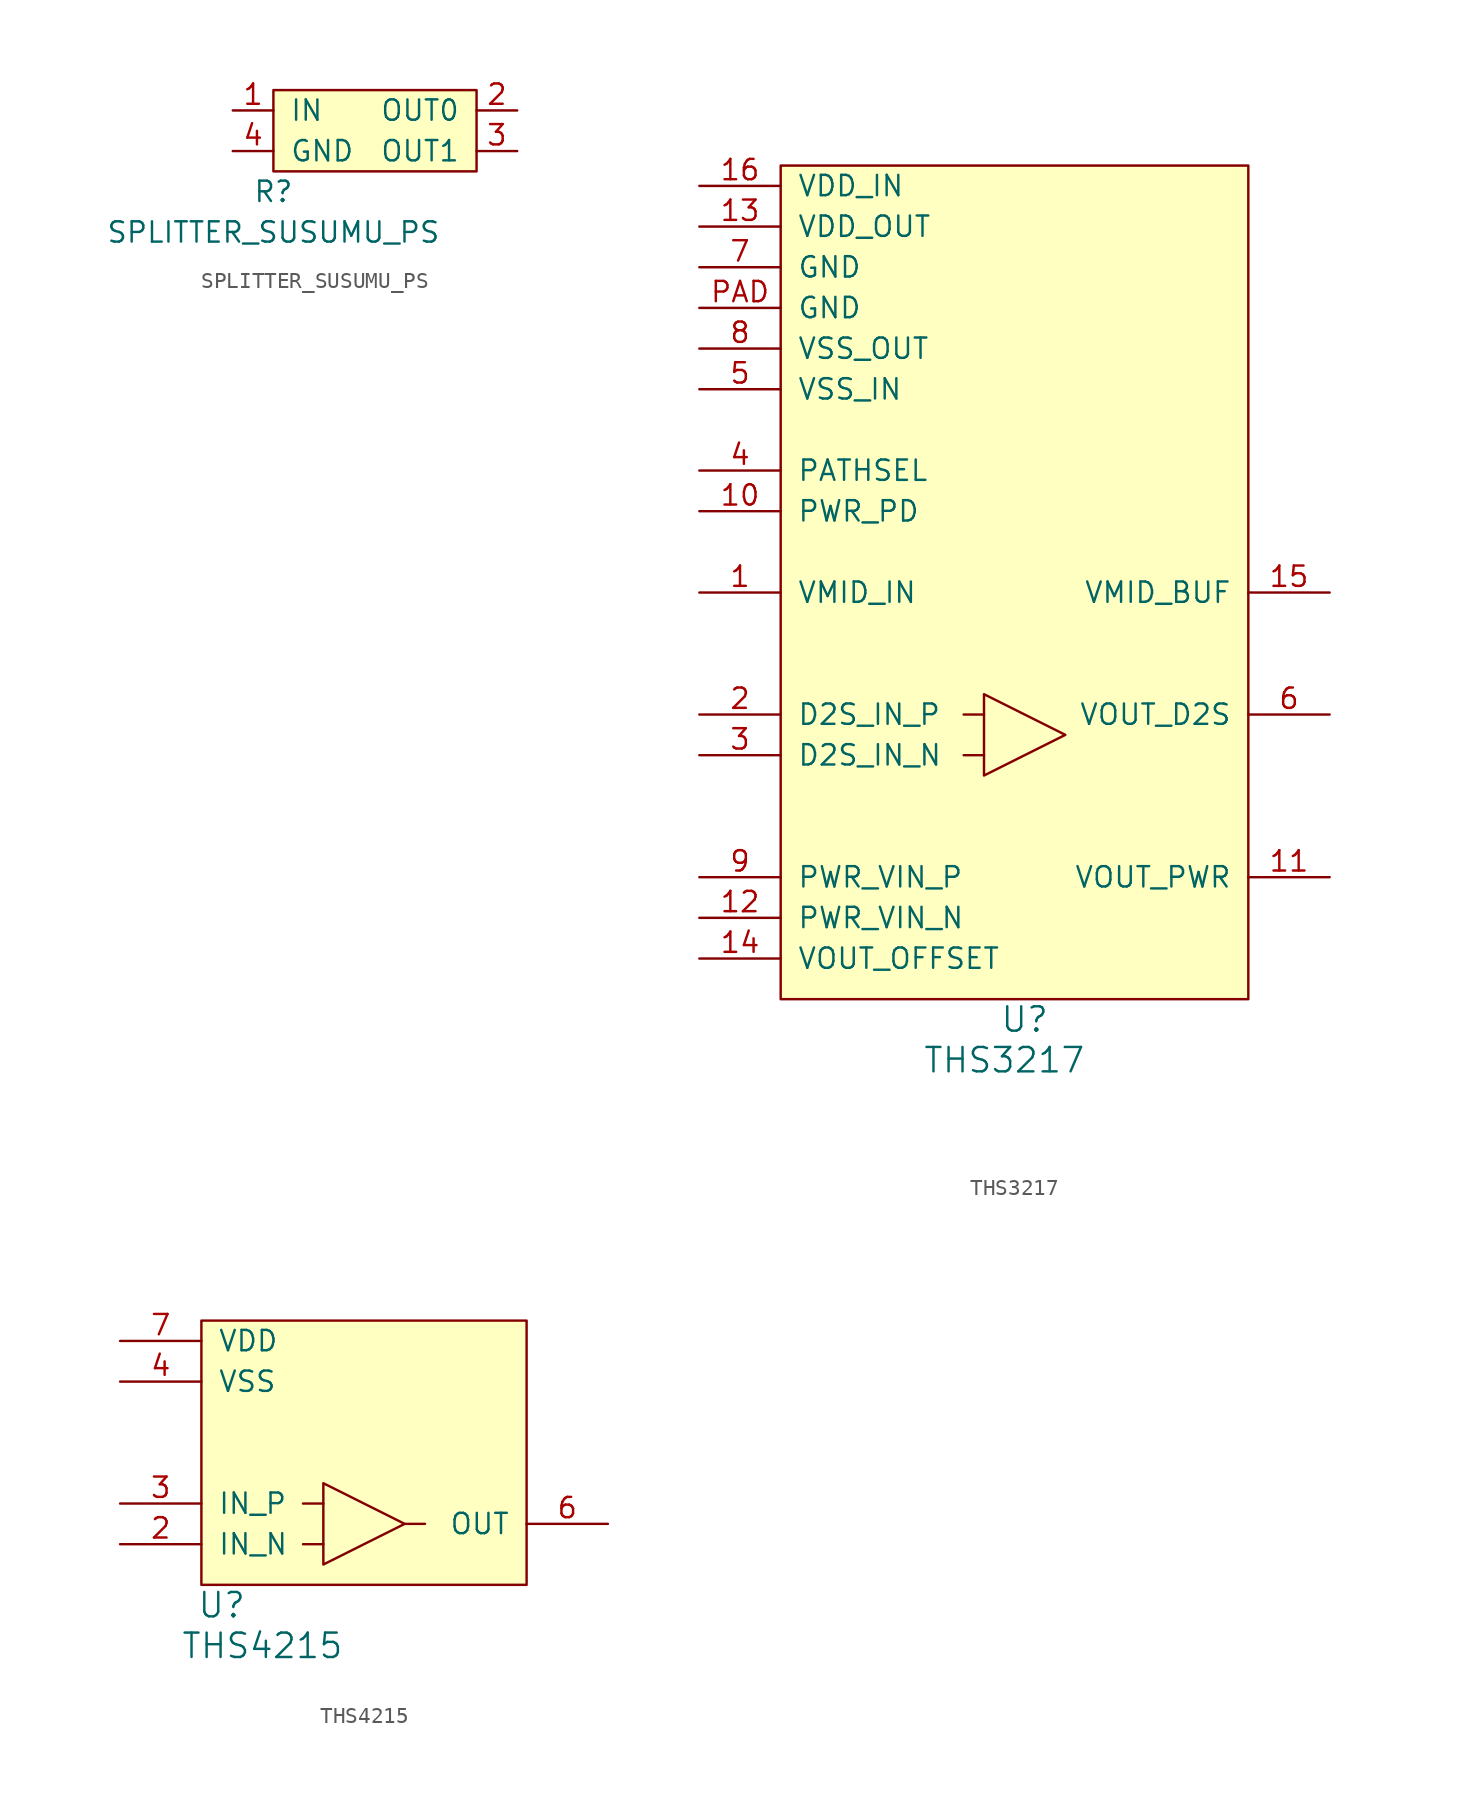
<source format=kicad_sym>
(kicad_symbol_lib
  (version 20211014)
  (generator kicad_symbol_editor)
  (symbol "SPLITTER_SUSUMU_PS"
    (pin_names
      (offset 1.016))
    (property "Reference" "R"
      (at 0 -1.27 0)
      (effects (font (size 1.27 1.27))))
    (property "Value" "SPLITTER_SUSUMU_PS"
      (at 0 -3.81 0)
      (effects (font (size 1.27 1.27))))
    (symbol "SPLITTER_SUSUMU_PS_0_1"
      (rectangle (start 0 5.08) (end 12.7 0) (stroke (width 0) (type default) (color 0 0 0 0)) (fill (type background))))
    (symbol "SPLITTER_SUSUMU_PS_1_1"
      (pin input line (at -2.54 3.81 0) (length 2.54) (name "IN" (effects (font (size 1.27 1.27)))) (number "1" (effects (font (size 1.27 1.27)))))
      (pin output line (at 15.24 3.81 180) (length 2.54) (name "OUT0" (effects (font (size 1.27 1.27)))) (number "2" (effects (font (size 1.27 1.27)))))
      (pin output line (at 15.24 1.27 180) (length 2.54) (name "OUT1" (effects (font (size 1.27 1.27)))) (number "3" (effects (font (size 1.27 1.27)))))
      (pin power_in line (at -2.54 1.27 0) (length 2.54) (name "GND" (effects (font (size 1.27 1.27)))) (number "4" (effects (font (size 1.27 1.27)))))))
  (symbol "THS3217"
    (pin_names
      (offset 1.016))
    (property "Reference" "U"
      (at 0 -1.27 0)
      (effects (font (size 1.524 1.524))))
    (property "Value" "THS3217"
      (at -1.27 -3.81 0)
      (effects (font (size 1.524 1.524))))
    (symbol "THS3217_0_1"
      (rectangle (start -15.24 52.07) (end 13.97 0) (stroke (width 0) (type default) (color 0 0 0 0)) (fill (type background)))
      (polyline (pts (xy -2.54 17.78) (xy -2.54 15.24)) (stroke (width 0) (type default) (color 0 0 0 0)) (fill (type none)))
      (polyline (pts (xy -3.81 15.24) (xy -2.54 15.24) (xy -2.54 13.97) (xy 2.54 16.51) (xy -2.54 19.05) (xy -2.54 17.78) (xy -3.81 17.78)) (stroke (width 0) (type default) (color 0 0 0 0)) (fill (type none))))
    (symbol "THS3217_1_1"
      (pin input line (at -20.32 25.4 0) (length 5.08) (name "VMID_IN" (effects (font (size 1.27 1.27)))) (number "1" (effects (font (size 1.27 1.27)))))
      (pin input line (at -20.32 30.48 0) (length 5.08) (name "PWR_PD" (effects (font (size 1.27 1.27)))) (number "10" (effects (font (size 1.27 1.27)))))
      (pin output line (at 19.05 7.62 180) (length 5.08) (name "VOUT_PWR" (effects (font (size 1.27 1.27)))) (number "11" (effects (font (size 1.27 1.27)))))
      (pin input line (at -20.32 5.08 0) (length 5.08) (name "PWR_VIN_N" (effects (font (size 1.27 1.27)))) (number "12" (effects (font (size 1.27 1.27)))))
      (pin power_in line (at -20.32 48.26 0) (length 5.08) (name "VDD_OUT" (effects (font (size 1.27 1.27)))) (number "13" (effects (font (size 1.27 1.27)))))
      (pin input line (at -20.32 2.54 0) (length 5.08) (name "VOUT_OFFSET" (effects (font (size 1.27 1.27)))) (number "14" (effects (font (size 1.27 1.27)))))
      (pin output line (at 19.05 25.4 180) (length 5.08) (name "VMID_BUF" (effects (font (size 1.27 1.27)))) (number "15" (effects (font (size 1.27 1.27)))))
      (pin power_in line (at -20.32 50.8 0) (length 5.08) (name "VDD_IN" (effects (font (size 1.27 1.27)))) (number "16" (effects (font (size 1.27 1.27)))))
      (pin input line (at -20.32 17.78 0) (length 5.08) (name "D2S_IN_P" (effects (font (size 1.27 1.27)))) (number "2" (effects (font (size 1.27 1.27)))))
      (pin input line (at -20.32 15.24 0) (length 5.08) (name "D2S_IN_N" (effects (font (size 1.27 1.27)))) (number "3" (effects (font (size 1.27 1.27)))))
      (pin input line (at -20.32 33.02 0) (length 5.08) (name "PATHSEL" (effects (font (size 1.27 1.27)))) (number "4" (effects (font (size 1.27 1.27)))))
      (pin power_in line (at -20.32 38.1 0) (length 5.08) (name "VSS_IN" (effects (font (size 1.27 1.27)))) (number "5" (effects (font (size 1.27 1.27)))))
      (pin output line (at 19.05 17.78 180) (length 5.08) (name "VOUT_D2S" (effects (font (size 1.27 1.27)))) (number "6" (effects (font (size 1.27 1.27)))))
      (pin power_in line (at -20.32 45.72 0) (length 5.08) (name "GND" (effects (font (size 1.27 1.27)))) (number "7" (effects (font (size 1.27 1.27)))))
      (pin power_in line (at -20.32 40.64 0) (length 5.08) (name "VSS_OUT" (effects (font (size 1.27 1.27)))) (number "8" (effects (font (size 1.27 1.27)))))
      (pin input line (at -20.32 7.62 0) (length 5.08) (name "PWR_VIN_P" (effects (font (size 1.27 1.27)))) (number "9" (effects (font (size 1.27 1.27)))))
      (pin power_in line (at -20.32 43.18 0) (length 5.08) (name "GND" (effects (font (size 1.27 1.27)))) (number "PAD" (effects (font (size 1.27 1.27)))))))
  (symbol "THS4215"
    (pin_names
      (offset 1.016))
    (property "Reference" "U"
      (at 1.27 -1.27 0)
      (effects (font (size 1.524 1.524))))
    (property "Value" "THS4215"
      (at 3.81 -3.81 0)
      (effects (font (size 1.524 1.524))))
    (symbol "THS4215_0_1"
      (polyline (pts (xy 7.62 2.54) (xy 7.62 5.08)) (stroke (width 0) (type default) (color 0 0 0 0)) (fill (type none)))
      (polyline (pts (xy 12.7 3.81) (xy 13.97 3.81)) (stroke (width 0) (type default) (color 0 0 0 0)) (fill (type none)))
      (polyline (pts (xy 6.35 5.08) (xy 7.62 5.08) (xy 7.62 6.35) (xy 12.7 3.81) (xy 7.62 1.27) (xy 7.62 2.54) (xy 6.35 2.54)) (stroke (width 0) (type default) (color 0 0 0 0)) (fill (type none)))
      (rectangle (start 0 16.51) (end 20.32 0) (stroke (width 0) (type default) (color 0 0 0 0)) (fill (type background))))
    (symbol "THS4215_1_1"
      (pin input line (at -5.08 2.54 0) (length 5.08) (name "IN_N" (effects (font (size 1.27 1.27)))) (number "2" (effects (font (size 1.27 1.27)))))
      (pin input line (at -5.08 5.08 0) (length 5.08) (name "IN_P" (effects (font (size 1.27 1.27)))) (number "3" (effects (font (size 1.27 1.27)))))
      (pin power_in line (at -5.08 12.7 0) (length 5.08) (name "VSS" (effects (font (size 1.27 1.27)))) (number "4" (effects (font (size 1.27 1.27)))))
      (pin output line (at 25.4 3.81 180) (length 5.08) (name "OUT" (effects (font (size 1.27 1.27)))) (number "6" (effects (font (size 1.27 1.27)))))
      (pin power_in line (at -5.08 15.24 0) (length 5.08) (name "VDD" (effects (font (size 1.27 1.27)))) (number "7" (effects (font (size 1.27 1.27))))))))
</source>
